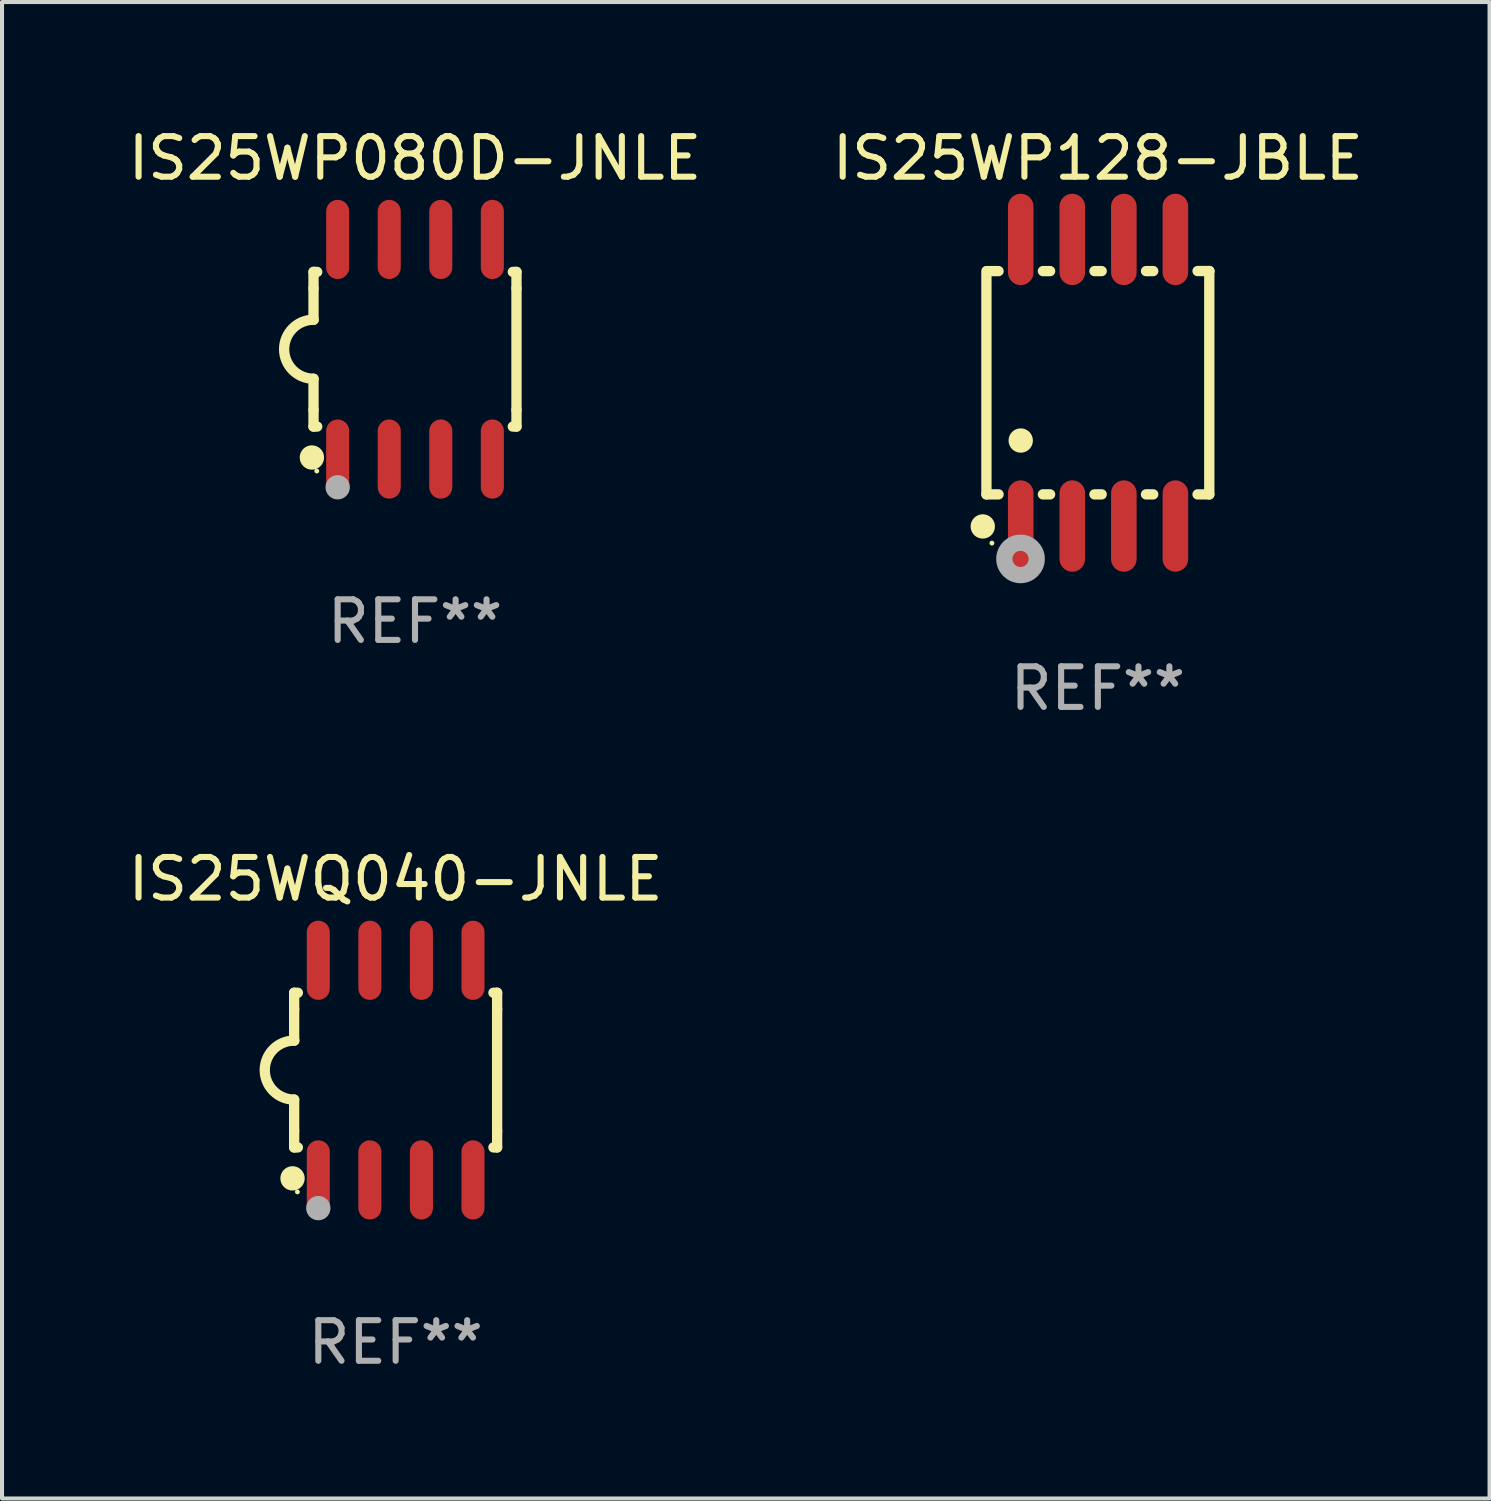
<source format=kicad_pcb>
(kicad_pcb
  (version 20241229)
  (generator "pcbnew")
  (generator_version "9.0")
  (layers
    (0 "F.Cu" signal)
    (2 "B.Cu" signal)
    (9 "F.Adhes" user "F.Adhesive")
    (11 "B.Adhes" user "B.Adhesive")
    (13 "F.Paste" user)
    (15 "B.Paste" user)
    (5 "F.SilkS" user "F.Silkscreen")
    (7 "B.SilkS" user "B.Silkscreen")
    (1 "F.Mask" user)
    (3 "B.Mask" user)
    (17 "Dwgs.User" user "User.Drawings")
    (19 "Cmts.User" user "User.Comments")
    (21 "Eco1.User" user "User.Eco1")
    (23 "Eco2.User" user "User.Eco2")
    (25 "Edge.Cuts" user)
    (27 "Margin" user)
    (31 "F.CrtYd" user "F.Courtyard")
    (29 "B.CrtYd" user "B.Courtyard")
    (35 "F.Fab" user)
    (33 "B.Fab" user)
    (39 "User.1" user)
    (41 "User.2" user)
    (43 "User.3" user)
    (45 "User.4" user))
  (footprint "IS25WQ040-JNLE"
    (layer "F.Cu")
    (at 6.696 23.31)
    (property "Reference" "IS25WQ040-JNLE" (at 0 -4.705 0) (layer "F.SilkS") (effects (font (size 1 1) (thickness 0.15))))
    (attr through_hole)
    (fp_line (start -2.5 -1.905) (end -2.409 -1.905) (stroke (width 0.254) (type solid)) (layer "F.SilkS"))
    (fp_line (start -2.5 -1.5) (end -2.5 -1.905) (stroke (width 0.254) (type solid)) (layer "F.SilkS"))
    (fp_line (start -2.5 -1.5) (end -2.5 -0.726) (stroke (width 0.254) (type solid)) (layer "F.SilkS"))
    (fp_line (start -2.5 1.5) (end -2.5 0.727) (stroke (width 0.254) (type solid)) (layer "F.SilkS"))
    (fp_line (start -2.5 1.5) (end -2.5 1.905) (stroke (width 0.254) (type solid)) (layer "F.SilkS"))
    (fp_line (start -2.5 1.905) (end -2.409 1.905) (stroke (width 0.254) (type solid)) (layer "F.SilkS"))
    (fp_line (start 2.5 -1.905) (end 2.409 -1.905) (stroke (width 0.254) (type solid)) (layer "F.SilkS"))
    (fp_line (start 2.5 -1.5) (end 2.5 -1.905) (stroke (width 0.254) (type solid)) (layer "F.SilkS"))
    (fp_line (start 2.5 -1.5) (end 2.5 1.5) (stroke (width 0.254) (type solid)) (layer "F.SilkS"))
    (fp_line (start 2.5 1.5) (end 2.5 1.905) (stroke (width 0.254) (type solid)) (layer "F.SilkS"))
    (fp_line (start 2.5 1.905) (end 2.409 1.905) (stroke (width 0.254) (type solid)) (layer "F.SilkS"))
    (fp_arc (start -2.5 0.726568) (mid -3.220316 -0.0023) (end -2.495097 -0.726289) (stroke (width 0.254001) (type solid)) (layer "F.SilkS"))
    (fp_circle (center -2.54 2.667) (end -2.39 2.667) (stroke (width 0.3) (type solid)) (fill no) (layer "F.SilkS"))
    (fp_circle (center -2.42 3) (end -2.39 3) (stroke (width 0.06) (type solid)) (fill no) (layer "F.SilkS"))
    (fp_circle (center -1.905 3.4) (end -1.755 3.4) (stroke (width 0.3) (type solid)) (fill no) (layer "F.Fab"))
    (fp_text user "REF**" (at 0 6.705 0) (layer "F.Fab") (effects (font (size 1 1) (thickness 0.15))))
    (pad "1" smd oval (at -1.905 2.705) (size 0.568 1.95) (layers "F.Cu" "F.Mask" "F.Paste"))
    (pad "2" smd oval (at -0.635 2.705) (size 0.568 1.95) (layers "F.Cu" "F.Mask" "F.Paste"))
    (pad "3" smd oval (at 0.635 2.705) (size 0.568 1.95) (layers "F.Cu" "F.Mask" "F.Paste"))
    (pad "4" smd oval (at 1.905 2.705) (size 0.568 1.95) (layers "F.Cu" "F.Mask" "F.Paste"))
    (pad "5" smd oval (at 1.905 -2.705) (size 0.568 1.95) (layers "F.Cu" "F.Mask" "F.Paste"))
    (pad "6" smd oval (at 0.635 -2.705) (size 0.568 1.95) (layers "F.Cu" "F.Mask" "F.Paste"))
    (pad "7" smd oval (at -0.635 -2.705) (size 0.568 1.95) (layers "F.Cu" "F.Mask" "F.Paste"))
    (pad "8" smd oval (at -1.905 -2.705) (size 0.568 1.95) (layers "F.Cu" "F.Mask" "F.Paste")))
  (footprint "IS25WP128-JBLE"
    (layer "F.Cu")
    (at 23.994 6.378)
    (property "Reference" "IS25WP128-JBLE" (at 0 -5.53 0) (layer "F.SilkS") (effects (font (size 1 1) (thickness 0.15))))
    (attr through_hole)
    (fp_line (start -2.745 -2.75) (end -2.745 2.75) (stroke (width 0.254) (type solid)) (layer "F.SilkS"))
    (fp_line (start -2.745 2.75) (end -2.446 2.75) (stroke (width 0.254) (type solid)) (layer "F.SilkS"))
    (fp_line (start -2.446 -2.75) (end -2.725 -2.75) (stroke (width 0.254) (type solid)) (layer "F.SilkS"))
    (fp_line (start -1.354 2.75) (end -1.176 2.75) (stroke (width 0.254) (type solid)) (layer "F.SilkS"))
    (fp_line (start -1.176 -2.75) (end -1.354 -2.75) (stroke (width 0.254) (type solid)) (layer "F.SilkS"))
    (fp_line (start -0.084 2.75) (end 0.094 2.75) (stroke (width 0.254) (type solid)) (layer "F.SilkS"))
    (fp_line (start 0.094 -2.75) (end -0.084 -2.75) (stroke (width 0.254) (type solid)) (layer "F.SilkS"))
    (fp_line (start 1.186 2.75) (end 1.364 2.75) (stroke (width 0.254) (type solid)) (layer "F.SilkS"))
    (fp_line (start 1.364 -2.75) (end 1.186 -2.75) (stroke (width 0.254) (type solid)) (layer "F.SilkS"))
    (fp_line (start 2.456 2.751) (end 2.745 2.751) (stroke (width 0.254) (type solid)) (layer "F.SilkS"))
    (fp_line (start 2.745 -2.751) (end 2.456 -2.751) (stroke (width 0.254) (type solid)) (layer "F.SilkS"))
    (fp_line (start 2.745 -2.751) (end 2.745 -2.751) (stroke (width 0.254) (type solid)) (layer "F.SilkS"))
    (fp_line (start 2.745 2.751) (end 2.745 -2.751) (stroke (width 0.254) (type solid)) (layer "F.SilkS"))
    (fp_circle (center -2.835 3.54) (end -2.685 3.54) (stroke (width 0.3) (type solid)) (fill no) (layer "F.SilkS"))
    (fp_circle (center -2.61 3.95) (end -2.58 3.95) (stroke (width 0.06) (type solid)) (fill no) (layer "F.SilkS"))
    (fp_circle (center -1.9 1.424) (end -1.75 1.424) (stroke (width 0.3) (type solid)) (fill no) (layer "F.SilkS"))
    (fp_circle (center -1.905 4.34) (end -1.706 4.34) (stroke (width 0.4) (type solid)) (fill no) (layer "F.Fab"))
    (fp_text user "REF**" (at 0 7.53 0) (layer "F.Fab") (effects (font (size 1 1) (thickness 0.15))))
    (pad "1" smd oval (at -1.9 3.53) (size 0.63 2.25) (layers "F.Cu" "F.Mask" "F.Paste"))
    (pad "2" smd oval (at -0.63 3.53) (size 0.63 2.25) (layers "F.Cu" "F.Mask" "F.Paste"))
    (pad "3" smd oval (at 0.64 3.53) (size 0.63 2.25) (layers "F.Cu" "F.Mask" "F.Paste"))
    (pad "4" smd oval (at 1.91 3.53) (size 0.63 2.25) (layers "F.Cu" "F.Mask" "F.Paste"))
    (pad "5" smd oval (at 1.91 -3.53) (size 0.63 2.25) (layers "F.Cu" "F.Mask" "F.Paste"))
    (pad "6" smd oval (at 0.64 -3.53) (size 0.63 2.25) (layers "F.Cu" "F.Mask" "F.Paste"))
    (pad "7" smd oval (at -0.63 -3.53) (size 0.63 2.25) (layers "F.Cu" "F.Mask" "F.Paste"))
    (pad "8" smd oval (at -1.9 -3.53) (size 0.63 2.25) (layers "F.Cu" "F.Mask" "F.Paste")))
  (footprint "IS25WP080D-JNLE"
    (layer "F.Cu")
    (at 7.173 5.553)
    (property "Reference" "IS25WP080D-JNLE" (at 0 -4.705 0) (layer "F.SilkS") (effects (font (size 1 1) (thickness 0.15))))
    (attr through_hole)
    (fp_line (start -2.5 -1.905) (end -2.409 -1.905) (stroke (width 0.254) (type solid)) (layer "F.SilkS"))
    (fp_line (start -2.5 -1.5) (end -2.5 -1.905) (stroke (width 0.254) (type solid)) (layer "F.SilkS"))
    (fp_line (start -2.5 -1.5) (end -2.5 -0.726) (stroke (width 0.254) (type solid)) (layer "F.SilkS"))
    (fp_line (start -2.5 1.5) (end -2.5 0.727) (stroke (width 0.254) (type solid)) (layer "F.SilkS"))
    (fp_line (start -2.5 1.5) (end -2.5 1.905) (stroke (width 0.254) (type solid)) (layer "F.SilkS"))
    (fp_line (start -2.5 1.905) (end -2.409 1.905) (stroke (width 0.254) (type solid)) (layer "F.SilkS"))
    (fp_line (start 2.5 -1.905) (end 2.409 -1.905) (stroke (width 0.254) (type solid)) (layer "F.SilkS"))
    (fp_line (start 2.5 -1.5) (end 2.5 -1.905) (stroke (width 0.254) (type solid)) (layer "F.SilkS"))
    (fp_line (start 2.5 -1.5) (end 2.5 1.5) (stroke (width 0.254) (type solid)) (layer "F.SilkS"))
    (fp_line (start 2.5 1.5) (end 2.5 1.905) (stroke (width 0.254) (type solid)) (layer "F.SilkS"))
    (fp_line (start 2.5 1.905) (end 2.409 1.905) (stroke (width 0.254) (type solid)) (layer "F.SilkS"))
    (fp_arc (start -2.5 0.726568) (mid -3.220316 -0.0023) (end -2.495097 -0.726289) (stroke (width 0.254001) (type solid)) (layer "F.SilkS"))
    (fp_circle (center -2.54 2.667) (end -2.39 2.667) (stroke (width 0.3) (type solid)) (fill no) (layer "F.SilkS"))
    (fp_circle (center -2.42 3) (end -2.39 3) (stroke (width 0.06) (type solid)) (fill no) (layer "F.SilkS"))
    (fp_circle (center -1.905 3.4) (end -1.755 3.4) (stroke (width 0.3) (type solid)) (fill no) (layer "F.Fab"))
    (fp_text user "REF**" (at 0 6.705 0) (layer "F.Fab") (effects (font (size 1 1) (thickness 0.15))))
    (pad "1" smd oval (at -1.905 2.705) (size 0.568 1.95) (layers "F.Cu" "F.Mask" "F.Paste"))
    (pad "2" smd oval (at -0.635 2.705) (size 0.568 1.95) (layers "F.Cu" "F.Mask" "F.Paste"))
    (pad "3" smd oval (at 0.635 2.705) (size 0.568 1.95) (layers "F.Cu" "F.Mask" "F.Paste"))
    (pad "4" smd oval (at 1.905 2.705) (size 0.568 1.95) (layers "F.Cu" "F.Mask" "F.Paste"))
    (pad "5" smd oval (at 1.905 -2.705) (size 0.568 1.95) (layers "F.Cu" "F.Mask" "F.Paste"))
    (pad "6" smd oval (at 0.635 -2.705) (size 0.568 1.95) (layers "F.Cu" "F.Mask" "F.Paste"))
    (pad "7" smd oval (at -0.635 -2.705) (size 0.568 1.95) (layers "F.Cu" "F.Mask" "F.Paste"))
    (pad "8" smd oval (at -1.905 -2.705) (size 0.568 1.95) (layers "F.Cu" "F.Mask" "F.Paste")))
  (gr_rect
    (start -3 -3)
    (end 33.643 33.863)
    (stroke (width 0.1) (type default))
    (fill no)
    (layer "Edge.Cuts")))
</source>
